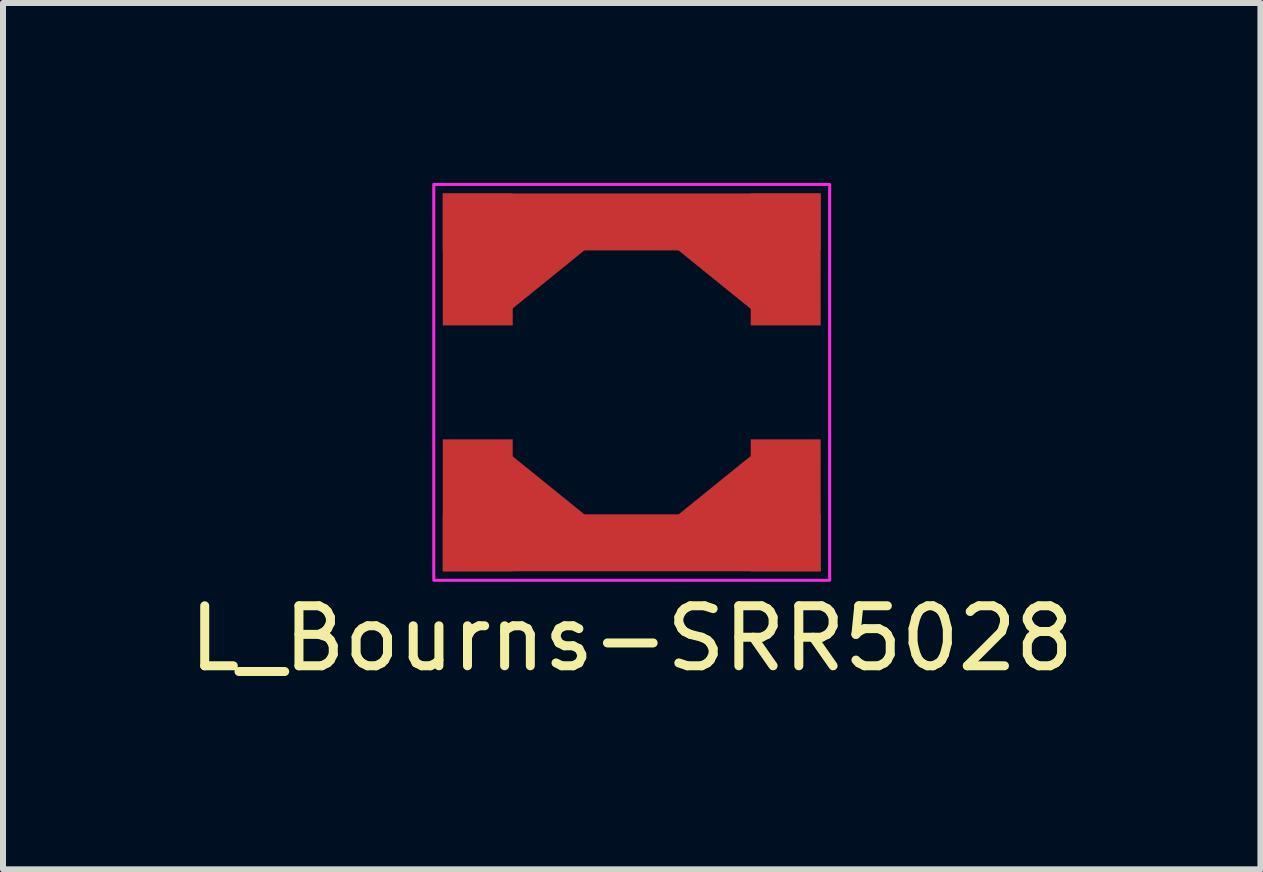
<source format=kicad_pcb>
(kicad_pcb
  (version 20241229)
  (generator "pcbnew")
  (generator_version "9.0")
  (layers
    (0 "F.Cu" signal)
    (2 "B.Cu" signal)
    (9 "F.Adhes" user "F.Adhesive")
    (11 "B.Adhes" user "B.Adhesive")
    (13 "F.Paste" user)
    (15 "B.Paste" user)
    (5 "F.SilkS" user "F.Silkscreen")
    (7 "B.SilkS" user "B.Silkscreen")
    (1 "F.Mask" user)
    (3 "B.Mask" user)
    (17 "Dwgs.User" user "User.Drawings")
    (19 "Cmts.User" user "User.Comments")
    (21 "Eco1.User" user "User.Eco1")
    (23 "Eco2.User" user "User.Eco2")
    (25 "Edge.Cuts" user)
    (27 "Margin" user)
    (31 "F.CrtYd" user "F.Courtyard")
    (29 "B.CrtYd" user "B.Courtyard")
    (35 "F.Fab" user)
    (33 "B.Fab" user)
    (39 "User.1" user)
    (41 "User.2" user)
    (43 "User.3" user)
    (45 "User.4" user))
  (footprint "L_Bourns-SRR5028"
    (layer "F.Cu")
    (at 7.482 3.325)
    (property "Reference" "L_Bourns-SRR5028" (at 0 4.27 0) (layer "F.SilkS") (effects (font (size 1 1) (thickness 0.15))))
    (attr through_hole)
    (fp_rect (start -3.3 -3.3) (end 3.3 3.3) (stroke (width 0.05) (type solid)) (fill no) (layer "F.CrtYd"))
    (pad "1" smd rect (at -2.567 -2.05) (size 1.166 2.2) (layers "F.Cu" "F.Mask" "F.Paste"))
    (pad "1" smd rect (at -1.77 -2.05 309) (size 1 1.9) (layers "F.Cu" "F.Mask" "F.Paste"))
    (pad "1" smd rect (at 0 -2.675) (size 6.3 0.95) (layers "F.Cu" "F.Mask" "F.Paste"))
    (pad "1" smd rect (at 1.76 -2.05 51) (size 1 1.9) (layers "F.Cu" "F.Mask" "F.Paste"))
    (pad "1" smd rect (at 2.567 -2.05) (size 1.166 2.2) (layers "F.Cu" "F.Mask" "F.Paste"))
    (pad "2" smd rect (at -2.567 2.05) (size 1.166 2.2) (layers "F.Cu" "F.Mask" "F.Paste"))
    (pad "2" smd rect (at -1.77 2.05 51) (size 1 1.9) (layers "F.Cu" "F.Mask" "F.Paste"))
    (pad "2" smd rect (at 0 2.675) (size 6.3 0.95) (layers "F.Cu" "F.Mask" "F.Paste"))
    (pad "2" smd rect (at 1.75 2.06 309) (size 1 1.9) (layers "F.Cu" "F.Mask" "F.Paste"))
    (pad "2" smd rect (at 2.567 2.05) (size 1.166 2.2) (layers "F.Cu" "F.Mask" "F.Paste")))
  (gr_rect
    (start -3 -3)
    (end 17.964 11.443)
    (stroke (width 0.1) (type default))
    (fill no)
    (layer "Edge.Cuts")))
</source>
